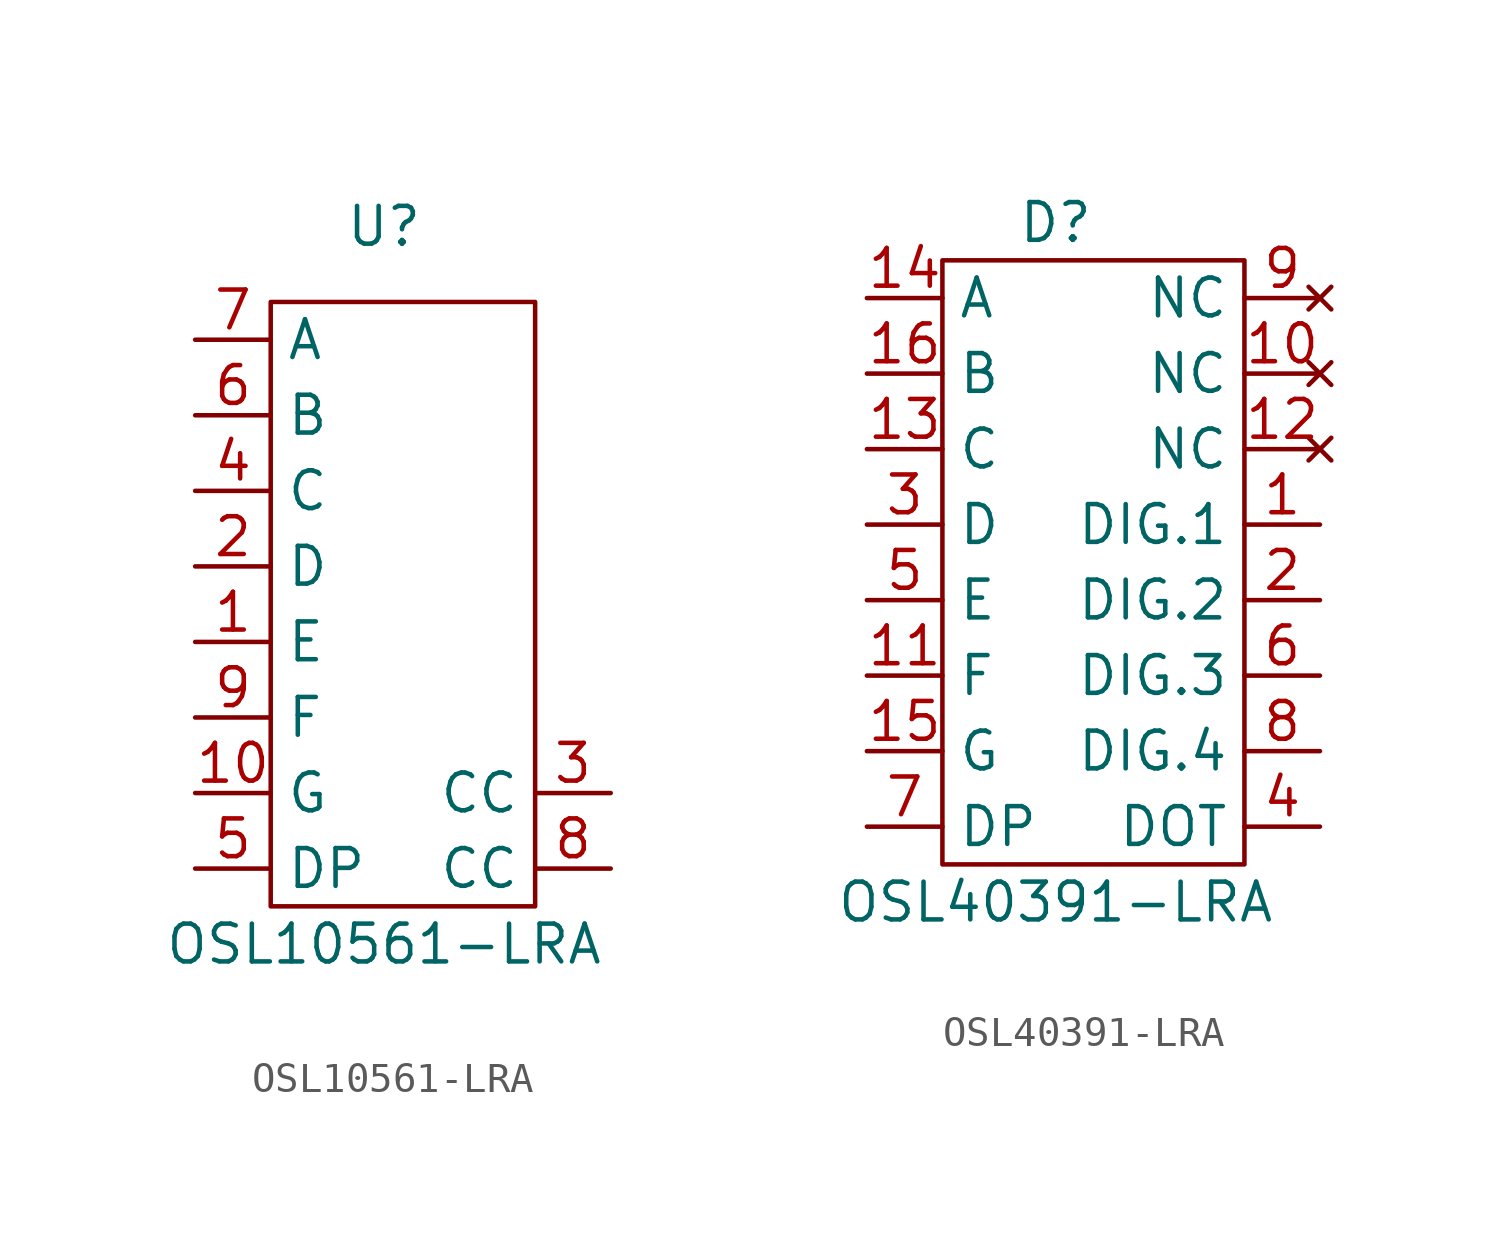
<source format=kicad_sym>
(kicad_symbol_lib
  (version 20211014)
  (generator kicad_symbol_editor)
  (symbol "OSL10561-LRA"
    (property "Reference" "U"
      (at 0 13.97 0)
      (effects (font (size 1.27 1.27))))
    (property "Value" "OSL10561-LRA"
      (at 0 -10.16 0)
      (effects (font (size 1.27 1.27))))
    (symbol "OSL10561-LRA_0_1"
      (rectangle (start -3.81 11.43) (end 5.08 -8.89) (stroke (width 0.152) (type default) (color 0 0 0 0)) (fill (type none))))
    (symbol "OSL10561-LRA_1_1"
      (pin passive line (at -6.35 0 0) (length 2.54) (name "E" (effects (font (size 1.27 1.27)))) (number "1" (effects (font (size 1.27 1.27)))))
      (pin passive line (at -6.35 -5.08 0) (length 2.54) (name "G" (effects (font (size 1.27 1.27)))) (number "10" (effects (font (size 1.27 1.27)))))
      (pin passive line (at -6.35 2.54 0) (length 2.54) (name "D" (effects (font (size 1.27 1.27)))) (number "2" (effects (font (size 1.27 1.27)))))
      (pin passive line (at 7.62 -5.08 180) (length 2.54) (name "CC" (effects (font (size 1.27 1.27)))) (number "3" (effects (font (size 1.27 1.27)))))
      (pin passive line (at -6.35 5.08 0) (length 2.54) (name "C" (effects (font (size 1.27 1.27)))) (number "4" (effects (font (size 1.27 1.27)))))
      (pin passive line (at -6.35 -7.62 0) (length 2.54) (name "DP" (effects (font (size 1.27 1.27)))) (number "5" (effects (font (size 1.27 1.27)))))
      (pin passive line (at -6.35 7.62 0) (length 2.54) (name "B" (effects (font (size 1.27 1.27)))) (number "6" (effects (font (size 1.27 1.27)))))
      (pin passive line (at -6.35 10.16 0) (length 2.54) (name "A" (effects (font (size 1.27 1.27)))) (number "7" (effects (font (size 1.27 1.27)))))
      (pin passive line (at 7.62 -7.62 180) (length 2.54) (name "CC" (effects (font (size 1.27 1.27)))) (number "8" (effects (font (size 1.27 1.27)))))
      (pin passive line (at -6.35 -2.54 0) (length 2.54) (name "F" (effects (font (size 1.27 1.27)))) (number "9" (effects (font (size 1.27 1.27)))))))
  (symbol "OSL40391-LRA"
    (property "Reference" "D"
      (at 0 11.43 0)
      (effects (font (size 1.27 1.27))))
    (property "Value" "OSL40391-LRA"
      (at 0 -11.43 0)
      (effects (font (size 1.27 1.27))))
    (symbol "OSL40391-LRA_0_1"
      (rectangle (start -3.81 10.16) (end 6.35 -10.16) (stroke (width 0.152) (type default) (color 0 0 0 0)) (fill (type none))))
    (symbol "OSL40391-LRA_1_1"
      (pin passive line (at 8.89 1.27 180) (length 2.54) (name "DIG.1" (effects (font (size 1.27 1.27)))) (number "1" (effects (font (size 1.27 1.27)))))
      (pin no_connect line (at 8.89 6.35 180) (length 2.54) (name "NC" (effects (font (size 1.27 1.27)))) (number "10" (effects (font (size 1.27 1.27)))))
      (pin passive line (at -6.35 -3.81 0) (length 2.54) (name "F" (effects (font (size 1.27 1.27)))) (number "11" (effects (font (size 1.27 1.27)))))
      (pin no_connect line (at 8.89 3.81 180) (length 2.54) (name "NC" (effects (font (size 1.27 1.27)))) (number "12" (effects (font (size 1.27 1.27)))))
      (pin passive line (at -6.35 3.81 0) (length 2.54) (name "C" (effects (font (size 1.27 1.27)))) (number "13" (effects (font (size 1.27 1.27)))))
      (pin passive line (at -6.35 8.89 0) (length 2.54) (name "A" (effects (font (size 1.27 1.27)))) (number "14" (effects (font (size 1.27 1.27)))))
      (pin passive line (at -6.35 -6.35 0) (length 2.54) (name "G" (effects (font (size 1.27 1.27)))) (number "15" (effects (font (size 1.27 1.27)))))
      (pin passive line (at -6.35 6.35 0) (length 2.54) (name "B" (effects (font (size 1.27 1.27)))) (number "16" (effects (font (size 1.27 1.27)))))
      (pin passive line (at 8.89 -1.27 180) (length 2.54) (name "DIG.2" (effects (font (size 1.27 1.27)))) (number "2" (effects (font (size 1.27 1.27)))))
      (pin passive line (at -6.35 1.27 0) (length 2.54) (name "D" (effects (font (size 1.27 1.27)))) (number "3" (effects (font (size 1.27 1.27)))))
      (pin passive line (at 8.89 -8.89 180) (length 2.54) (name "DOT" (effects (font (size 1.27 1.27)))) (number "4" (effects (font (size 1.27 1.27)))))
      (pin passive line (at -6.35 -1.27 0) (length 2.54) (name "E" (effects (font (size 1.27 1.27)))) (number "5" (effects (font (size 1.27 1.27)))))
      (pin passive line (at 8.89 -3.81 180) (length 2.54) (name "DIG.3" (effects (font (size 1.27 1.27)))) (number "6" (effects (font (size 1.27 1.27)))))
      (pin passive line (at -6.35 -8.89 0) (length 2.54) (name "DP" (effects (font (size 1.27 1.27)))) (number "7" (effects (font (size 1.27 1.27)))))
      (pin passive line (at 8.89 -6.35 180) (length 2.54) (name "DIG.4" (effects (font (size 1.27 1.27)))) (number "8" (effects (font (size 1.27 1.27)))))
      (pin no_connect line (at 8.89 8.89 180) (length 2.54) (name "NC" (effects (font (size 1.27 1.27)))) (number "9" (effects (font (size 1.27 1.27))))))))
</source>
